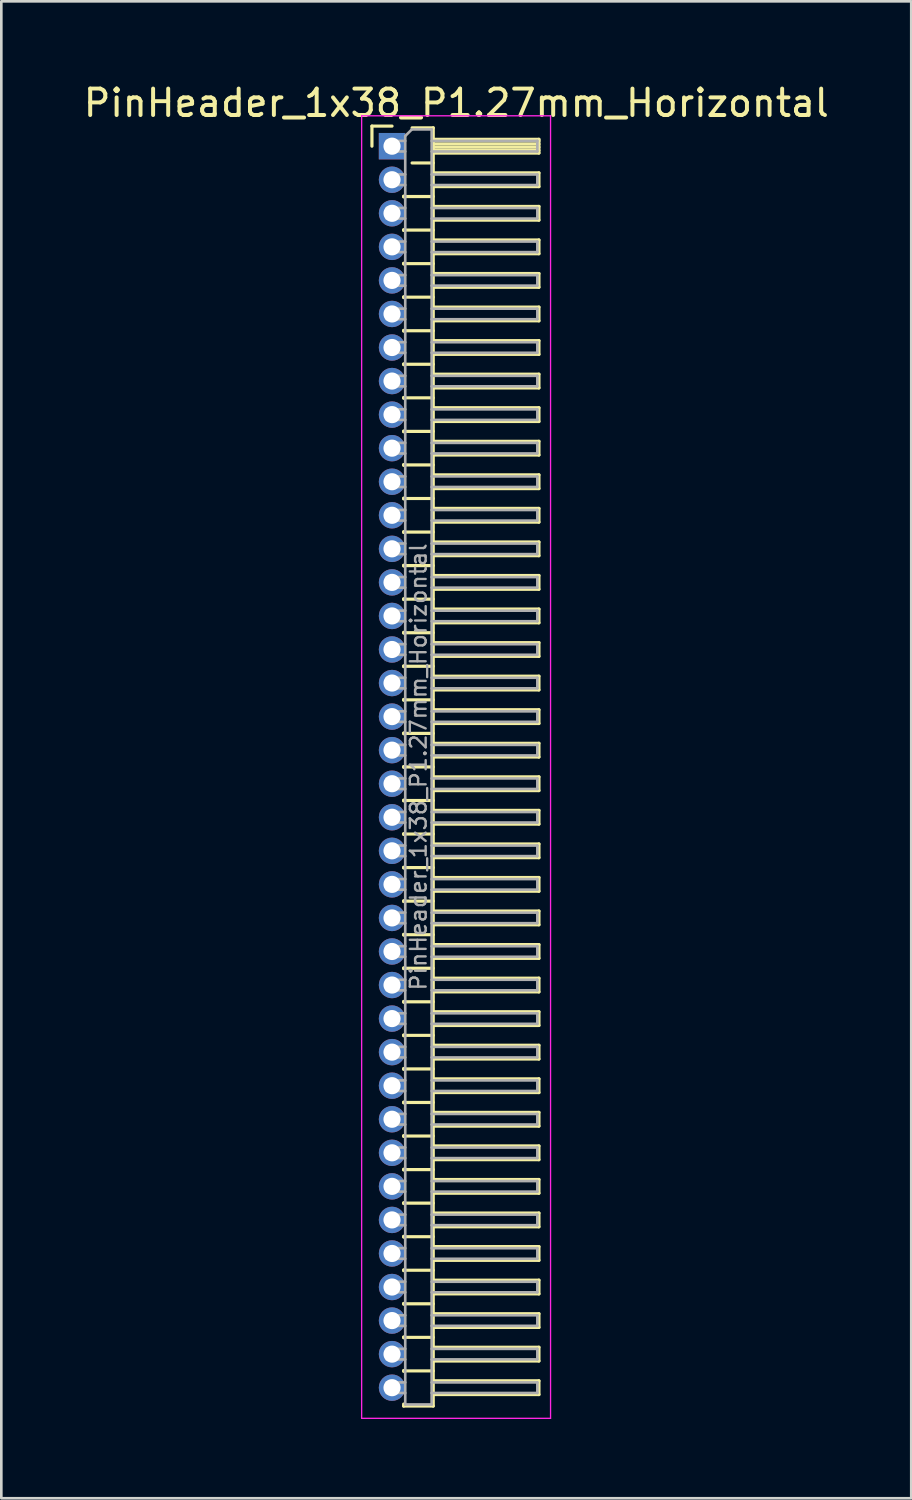
<source format=kicad_pcb>
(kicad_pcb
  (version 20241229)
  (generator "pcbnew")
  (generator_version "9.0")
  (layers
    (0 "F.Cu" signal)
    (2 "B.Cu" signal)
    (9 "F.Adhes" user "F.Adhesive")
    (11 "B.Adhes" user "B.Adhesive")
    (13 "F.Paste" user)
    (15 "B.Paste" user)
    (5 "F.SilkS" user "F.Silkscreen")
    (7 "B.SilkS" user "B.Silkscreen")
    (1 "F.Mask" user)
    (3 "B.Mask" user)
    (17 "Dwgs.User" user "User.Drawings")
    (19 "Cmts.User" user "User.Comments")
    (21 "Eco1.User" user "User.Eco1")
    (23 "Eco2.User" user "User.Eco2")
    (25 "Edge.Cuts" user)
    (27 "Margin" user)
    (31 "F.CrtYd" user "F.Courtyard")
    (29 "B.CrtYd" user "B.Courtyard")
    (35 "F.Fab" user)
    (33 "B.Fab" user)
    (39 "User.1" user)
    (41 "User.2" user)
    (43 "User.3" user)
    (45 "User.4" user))
  (footprint "PinHeader_1x38_P1.27mm_Horizontal"
    (layer "F.Cu")
    (at 11.788 2.483)
    (property "Reference" "PinHeader_1x38_P1.27mm_Horizontal" (at 2.433 -1.635 0) (layer "F.SilkS") (effects (font (size 1 1) (thickness 0.15))))
    (attr through_hole)
    (fp_line (start -0.76 -0.76) (end 0 -0.76) (stroke (width 0.12) (type solid)) (layer "F.SilkS"))
    (fp_line (start -0.76 0) (end -0.76 -0.76) (stroke (width 0.12) (type solid)) (layer "F.SilkS"))
    (fp_line (start 0.44 1.89) (end 0.44 1.92) (stroke (width 0.12) (type solid)) (layer "F.SilkS"))
    (fp_line (start 0.44 1.905) (end 1.56 1.905) (stroke (width 0.12) (type solid)) (layer "F.SilkS"))
    (fp_line (start 0.44 3.16) (end 0.44 3.19) (stroke (width 0.12) (type solid)) (layer "F.SilkS"))
    (fp_line (start 0.44 3.175) (end 1.56 3.175) (stroke (width 0.12) (type solid)) (layer "F.SilkS"))
    (fp_line (start 0.44 4.43) (end 0.44 4.46) (stroke (width 0.12) (type solid)) (layer "F.SilkS"))
    (fp_line (start 0.44 4.445) (end 1.56 4.445) (stroke (width 0.12) (type solid)) (layer "F.SilkS"))
    (fp_line (start 0.44 5.7) (end 0.44 5.73) (stroke (width 0.12) (type solid)) (layer "F.SilkS"))
    (fp_line (start 0.44 5.715) (end 1.56 5.715) (stroke (width 0.12) (type solid)) (layer "F.SilkS"))
    (fp_line (start 0.44 6.97) (end 0.44 7) (stroke (width 0.12) (type solid)) (layer "F.SilkS"))
    (fp_line (start 0.44 6.985) (end 1.56 6.985) (stroke (width 0.12) (type solid)) (layer "F.SilkS"))
    (fp_line (start 0.44 8.24) (end 0.44 8.27) (stroke (width 0.12) (type solid)) (layer "F.SilkS"))
    (fp_line (start 0.44 8.255) (end 1.56 8.255) (stroke (width 0.12) (type solid)) (layer "F.SilkS"))
    (fp_line (start 0.44 9.51) (end 0.44 9.54) (stroke (width 0.12) (type solid)) (layer "F.SilkS"))
    (fp_line (start 0.44 9.525) (end 1.56 9.525) (stroke (width 0.12) (type solid)) (layer "F.SilkS"))
    (fp_line (start 0.44 10.78) (end 0.44 10.81) (stroke (width 0.12) (type solid)) (layer "F.SilkS"))
    (fp_line (start 0.44 10.795) (end 1.56 10.795) (stroke (width 0.12) (type solid)) (layer "F.SilkS"))
    (fp_line (start 0.44 12.05) (end 0.44 12.08) (stroke (width 0.12) (type solid)) (layer "F.SilkS"))
    (fp_line (start 0.44 12.065) (end 1.56 12.065) (stroke (width 0.12) (type solid)) (layer "F.SilkS"))
    (fp_line (start 0.44 13.32) (end 0.44 13.35) (stroke (width 0.12) (type solid)) (layer "F.SilkS"))
    (fp_line (start 0.44 13.335) (end 1.56 13.335) (stroke (width 0.12) (type solid)) (layer "F.SilkS"))
    (fp_line (start 0.44 14.59) (end 0.44 14.62) (stroke (width 0.12) (type solid)) (layer "F.SilkS"))
    (fp_line (start 0.44 14.605) (end 1.56 14.605) (stroke (width 0.12) (type solid)) (layer "F.SilkS"))
    (fp_line (start 0.44 15.86) (end 0.44 15.89) (stroke (width 0.12) (type solid)) (layer "F.SilkS"))
    (fp_line (start 0.44 15.875) (end 1.56 15.875) (stroke (width 0.12) (type solid)) (layer "F.SilkS"))
    (fp_line (start 0.44 17.13) (end 0.44 17.16) (stroke (width 0.12) (type solid)) (layer "F.SilkS"))
    (fp_line (start 0.44 17.145) (end 1.56 17.145) (stroke (width 0.12) (type solid)) (layer "F.SilkS"))
    (fp_line (start 0.44 18.4) (end 0.44 18.43) (stroke (width 0.12) (type solid)) (layer "F.SilkS"))
    (fp_line (start 0.44 18.415) (end 1.56 18.415) (stroke (width 0.12) (type solid)) (layer "F.SilkS"))
    (fp_line (start 0.44 19.67) (end 0.44 19.7) (stroke (width 0.12) (type solid)) (layer "F.SilkS"))
    (fp_line (start 0.44 19.685) (end 1.56 19.685) (stroke (width 0.12) (type solid)) (layer "F.SilkS"))
    (fp_line (start 0.44 20.94) (end 0.44 20.97) (stroke (width 0.12) (type solid)) (layer "F.SilkS"))
    (fp_line (start 0.44 20.955) (end 1.56 20.955) (stroke (width 0.12) (type solid)) (layer "F.SilkS"))
    (fp_line (start 0.44 22.21) (end 0.44 22.24) (stroke (width 0.12) (type solid)) (layer "F.SilkS"))
    (fp_line (start 0.44 22.225) (end 1.56 22.225) (stroke (width 0.12) (type solid)) (layer "F.SilkS"))
    (fp_line (start 0.44 23.48) (end 0.44 23.51) (stroke (width 0.12) (type solid)) (layer "F.SilkS"))
    (fp_line (start 0.44 23.495) (end 1.56 23.495) (stroke (width 0.12) (type solid)) (layer "F.SilkS"))
    (fp_line (start 0.44 24.75) (end 0.44 24.78) (stroke (width 0.12) (type solid)) (layer "F.SilkS"))
    (fp_line (start 0.44 24.765) (end 1.56 24.765) (stroke (width 0.12) (type solid)) (layer "F.SilkS"))
    (fp_line (start 0.44 26.02) (end 0.44 26.05) (stroke (width 0.12) (type solid)) (layer "F.SilkS"))
    (fp_line (start 0.44 26.035) (end 1.56 26.035) (stroke (width 0.12) (type solid)) (layer "F.SilkS"))
    (fp_line (start 0.44 27.29) (end 0.44 27.32) (stroke (width 0.12) (type solid)) (layer "F.SilkS"))
    (fp_line (start 0.44 27.305) (end 1.56 27.305) (stroke (width 0.12) (type solid)) (layer "F.SilkS"))
    (fp_line (start 0.44 28.56) (end 0.44 28.59) (stroke (width 0.12) (type solid)) (layer "F.SilkS"))
    (fp_line (start 0.44 28.575) (end 1.56 28.575) (stroke (width 0.12) (type solid)) (layer "F.SilkS"))
    (fp_line (start 0.44 29.83) (end 0.44 29.86) (stroke (width 0.12) (type solid)) (layer "F.SilkS"))
    (fp_line (start 0.44 29.845) (end 1.56 29.845) (stroke (width 0.12) (type solid)) (layer "F.SilkS"))
    (fp_line (start 0.44 31.1) (end 0.44 31.13) (stroke (width 0.12) (type solid)) (layer "F.SilkS"))
    (fp_line (start 0.44 31.115) (end 1.56 31.115) (stroke (width 0.12) (type solid)) (layer "F.SilkS"))
    (fp_line (start 0.44 32.37) (end 0.44 32.4) (stroke (width 0.12) (type solid)) (layer "F.SilkS"))
    (fp_line (start 0.44 32.385) (end 1.56 32.385) (stroke (width 0.12) (type solid)) (layer "F.SilkS"))
    (fp_line (start 0.44 33.64) (end 0.44 33.67) (stroke (width 0.12) (type solid)) (layer "F.SilkS"))
    (fp_line (start 0.44 33.655) (end 1.56 33.655) (stroke (width 0.12) (type solid)) (layer "F.SilkS"))
    (fp_line (start 0.44 34.91) (end 0.44 34.94) (stroke (width 0.12) (type solid)) (layer "F.SilkS"))
    (fp_line (start 0.44 34.925) (end 1.56 34.925) (stroke (width 0.12) (type solid)) (layer "F.SilkS"))
    (fp_line (start 0.44 36.18) (end 0.44 36.21) (stroke (width 0.12) (type solid)) (layer "F.SilkS"))
    (fp_line (start 0.44 36.195) (end 1.56 36.195) (stroke (width 0.12) (type solid)) (layer "F.SilkS"))
    (fp_line (start 0.44 37.45) (end 0.44 37.48) (stroke (width 0.12) (type solid)) (layer "F.SilkS"))
    (fp_line (start 0.44 37.465) (end 1.56 37.465) (stroke (width 0.12) (type solid)) (layer "F.SilkS"))
    (fp_line (start 0.44 38.72) (end 0.44 38.75) (stroke (width 0.12) (type solid)) (layer "F.SilkS"))
    (fp_line (start 0.44 38.735) (end 1.56 38.735) (stroke (width 0.12) (type solid)) (layer "F.SilkS"))
    (fp_line (start 0.44 39.99) (end 0.44 40.02) (stroke (width 0.12) (type solid)) (layer "F.SilkS"))
    (fp_line (start 0.44 40.005) (end 1.56 40.005) (stroke (width 0.12) (type solid)) (layer "F.SilkS"))
    (fp_line (start 0.44 41.26) (end 0.44 41.29) (stroke (width 0.12) (type solid)) (layer "F.SilkS"))
    (fp_line (start 0.44 41.275) (end 1.56 41.275) (stroke (width 0.12) (type solid)) (layer "F.SilkS"))
    (fp_line (start 0.44 42.53) (end 0.44 42.56) (stroke (width 0.12) (type solid)) (layer "F.SilkS"))
    (fp_line (start 0.44 42.545) (end 1.56 42.545) (stroke (width 0.12) (type solid)) (layer "F.SilkS"))
    (fp_line (start 0.44 43.8) (end 0.44 43.83) (stroke (width 0.12) (type solid)) (layer "F.SilkS"))
    (fp_line (start 0.44 43.815) (end 1.56 43.815) (stroke (width 0.12) (type solid)) (layer "F.SilkS"))
    (fp_line (start 0.44 45.07) (end 0.44 45.1) (stroke (width 0.12) (type solid)) (layer "F.SilkS"))
    (fp_line (start 0.44 45.085) (end 1.56 45.085) (stroke (width 0.12) (type solid)) (layer "F.SilkS"))
    (fp_line (start 0.44 46.34) (end 0.44 46.37) (stroke (width 0.12) (type solid)) (layer "F.SilkS"))
    (fp_line (start 0.44 46.355) (end 1.56 46.355) (stroke (width 0.12) (type solid)) (layer "F.SilkS"))
    (fp_line (start 0.44 47.685) (end 0.44 47.61) (stroke (width 0.12) (type solid)) (layer "F.SilkS"))
    (fp_line (start 0.76 -0.695) (end 1.56 -0.695) (stroke (width 0.12) (type solid)) (layer "F.SilkS"))
    (fp_line (start 0.76 0.635) (end 1.56 0.635) (stroke (width 0.12) (type solid)) (layer "F.SilkS"))
    (fp_line (start 1.56 -0.695) (end 1.56 47.685) (stroke (width 0.12) (type solid)) (layer "F.SilkS"))
    (fp_line (start 1.56 -0.26) (end 5.56 -0.26) (stroke (width 0.12) (type solid)) (layer "F.SilkS"))
    (fp_line (start 1.56 -0.2) (end 5.56 -0.2) (stroke (width 0.12) (type solid)) (layer "F.SilkS"))
    (fp_line (start 1.56 -0.08) (end 5.56 -0.08) (stroke (width 0.12) (type solid)) (layer "F.SilkS"))
    (fp_line (start 1.56 0.04) (end 5.56 0.04) (stroke (width 0.12) (type solid)) (layer "F.SilkS"))
    (fp_line (start 1.56 0.16) (end 5.56 0.16) (stroke (width 0.12) (type solid)) (layer "F.SilkS"))
    (fp_line (start 1.56 1.01) (end 5.56 1.01) (stroke (width 0.12) (type solid)) (layer "F.SilkS"))
    (fp_line (start 1.56 2.28) (end 5.56 2.28) (stroke (width 0.12) (type solid)) (layer "F.SilkS"))
    (fp_line (start 1.56 3.55) (end 5.56 3.55) (stroke (width 0.12) (type solid)) (layer "F.SilkS"))
    (fp_line (start 1.56 4.82) (end 5.56 4.82) (stroke (width 0.12) (type solid)) (layer "F.SilkS"))
    (fp_line (start 1.56 6.09) (end 5.56 6.09) (stroke (width 0.12) (type solid)) (layer "F.SilkS"))
    (fp_line (start 1.56 7.36) (end 5.56 7.36) (stroke (width 0.12) (type solid)) (layer "F.SilkS"))
    (fp_line (start 1.56 8.63) (end 5.56 8.63) (stroke (width 0.12) (type solid)) (layer "F.SilkS"))
    (fp_line (start 1.56 9.9) (end 5.56 9.9) (stroke (width 0.12) (type solid)) (layer "F.SilkS"))
    (fp_line (start 1.56 11.17) (end 5.56 11.17) (stroke (width 0.12) (type solid)) (layer "F.SilkS"))
    (fp_line (start 1.56 12.44) (end 5.56 12.44) (stroke (width 0.12) (type solid)) (layer "F.SilkS"))
    (fp_line (start 1.56 13.71) (end 5.56 13.71) (stroke (width 0.12) (type solid)) (layer "F.SilkS"))
    (fp_line (start 1.56 14.98) (end 5.56 14.98) (stroke (width 0.12) (type solid)) (layer "F.SilkS"))
    (fp_line (start 1.56 16.25) (end 5.56 16.25) (stroke (width 0.12) (type solid)) (layer "F.SilkS"))
    (fp_line (start 1.56 17.52) (end 5.56 17.52) (stroke (width 0.12) (type solid)) (layer "F.SilkS"))
    (fp_line (start 1.56 18.79) (end 5.56 18.79) (stroke (width 0.12) (type solid)) (layer "F.SilkS"))
    (fp_line (start 1.56 20.06) (end 5.56 20.06) (stroke (width 0.12) (type solid)) (layer "F.SilkS"))
    (fp_line (start 1.56 21.33) (end 5.56 21.33) (stroke (width 0.12) (type solid)) (layer "F.SilkS"))
    (fp_line (start 1.56 22.6) (end 5.56 22.6) (stroke (width 0.12) (type solid)) (layer "F.SilkS"))
    (fp_line (start 1.56 23.87) (end 5.56 23.87) (stroke (width 0.12) (type solid)) (layer "F.SilkS"))
    (fp_line (start 1.56 25.14) (end 5.56 25.14) (stroke (width 0.12) (type solid)) (layer "F.SilkS"))
    (fp_line (start 1.56 26.41) (end 5.56 26.41) (stroke (width 0.12) (type solid)) (layer "F.SilkS"))
    (fp_line (start 1.56 27.68) (end 5.56 27.68) (stroke (width 0.12) (type solid)) (layer "F.SilkS"))
    (fp_line (start 1.56 28.95) (end 5.56 28.95) (stroke (width 0.12) (type solid)) (layer "F.SilkS"))
    (fp_line (start 1.56 30.22) (end 5.56 30.22) (stroke (width 0.12) (type solid)) (layer "F.SilkS"))
    (fp_line (start 1.56 31.49) (end 5.56 31.49) (stroke (width 0.12) (type solid)) (layer "F.SilkS"))
    (fp_line (start 1.56 32.76) (end 5.56 32.76) (stroke (width 0.12) (type solid)) (layer "F.SilkS"))
    (fp_line (start 1.56 34.03) (end 5.56 34.03) (stroke (width 0.12) (type solid)) (layer "F.SilkS"))
    (fp_line (start 1.56 35.3) (end 5.56 35.3) (stroke (width 0.12) (type solid)) (layer "F.SilkS"))
    (fp_line (start 1.56 36.57) (end 5.56 36.57) (stroke (width 0.12) (type solid)) (layer "F.SilkS"))
    (fp_line (start 1.56 37.84) (end 5.56 37.84) (stroke (width 0.12) (type solid)) (layer "F.SilkS"))
    (fp_line (start 1.56 39.11) (end 5.56 39.11) (stroke (width 0.12) (type solid)) (layer "F.SilkS"))
    (fp_line (start 1.56 40.38) (end 5.56 40.38) (stroke (width 0.12) (type solid)) (layer "F.SilkS"))
    (fp_line (start 1.56 41.65) (end 5.56 41.65) (stroke (width 0.12) (type solid)) (layer "F.SilkS"))
    (fp_line (start 1.56 42.92) (end 5.56 42.92) (stroke (width 0.12) (type solid)) (layer "F.SilkS"))
    (fp_line (start 1.56 44.19) (end 5.56 44.19) (stroke (width 0.12) (type solid)) (layer "F.SilkS"))
    (fp_line (start 1.56 45.46) (end 5.56 45.46) (stroke (width 0.12) (type solid)) (layer "F.SilkS"))
    (fp_line (start 1.56 46.73) (end 5.56 46.73) (stroke (width 0.12) (type solid)) (layer "F.SilkS"))
    (fp_line (start 1.56 47.685) (end 0.44 47.685) (stroke (width 0.12) (type solid)) (layer "F.SilkS"))
    (fp_line (start 5.56 -0.26) (end 5.56 0.26) (stroke (width 0.12) (type solid)) (layer "F.SilkS"))
    (fp_line (start 5.56 0.26) (end 1.56 0.26) (stroke (width 0.12) (type solid)) (layer "F.SilkS"))
    (fp_line (start 5.56 1.01) (end 5.56 1.53) (stroke (width 0.12) (type solid)) (layer "F.SilkS"))
    (fp_line (start 5.56 1.53) (end 1.56 1.53) (stroke (width 0.12) (type solid)) (layer "F.SilkS"))
    (fp_line (start 5.56 2.28) (end 5.56 2.8) (stroke (width 0.12) (type solid)) (layer "F.SilkS"))
    (fp_line (start 5.56 2.8) (end 1.56 2.8) (stroke (width 0.12) (type solid)) (layer "F.SilkS"))
    (fp_line (start 5.56 3.55) (end 5.56 4.07) (stroke (width 0.12) (type solid)) (layer "F.SilkS"))
    (fp_line (start 5.56 4.07) (end 1.56 4.07) (stroke (width 0.12) (type solid)) (layer "F.SilkS"))
    (fp_line (start 5.56 4.82) (end 5.56 5.34) (stroke (width 0.12) (type solid)) (layer "F.SilkS"))
    (fp_line (start 5.56 5.34) (end 1.56 5.34) (stroke (width 0.12) (type solid)) (layer "F.SilkS"))
    (fp_line (start 5.56 6.09) (end 5.56 6.61) (stroke (width 0.12) (type solid)) (layer "F.SilkS"))
    (fp_line (start 5.56 6.61) (end 1.56 6.61) (stroke (width 0.12) (type solid)) (layer "F.SilkS"))
    (fp_line (start 5.56 7.36) (end 5.56 7.88) (stroke (width 0.12) (type solid)) (layer "F.SilkS"))
    (fp_line (start 5.56 7.88) (end 1.56 7.88) (stroke (width 0.12) (type solid)) (layer "F.SilkS"))
    (fp_line (start 5.56 8.63) (end 5.56 9.15) (stroke (width 0.12) (type solid)) (layer "F.SilkS"))
    (fp_line (start 5.56 9.15) (end 1.56 9.15) (stroke (width 0.12) (type solid)) (layer "F.SilkS"))
    (fp_line (start 5.56 9.9) (end 5.56 10.42) (stroke (width 0.12) (type solid)) (layer "F.SilkS"))
    (fp_line (start 5.56 10.42) (end 1.56 10.42) (stroke (width 0.12) (type solid)) (layer "F.SilkS"))
    (fp_line (start 5.56 11.17) (end 5.56 11.69) (stroke (width 0.12) (type solid)) (layer "F.SilkS"))
    (fp_line (start 5.56 11.69) (end 1.56 11.69) (stroke (width 0.12) (type solid)) (layer "F.SilkS"))
    (fp_line (start 5.56 12.44) (end 5.56 12.96) (stroke (width 0.12) (type solid)) (layer "F.SilkS"))
    (fp_line (start 5.56 12.96) (end 1.56 12.96) (stroke (width 0.12) (type solid)) (layer "F.SilkS"))
    (fp_line (start 5.56 13.71) (end 5.56 14.23) (stroke (width 0.12) (type solid)) (layer "F.SilkS"))
    (fp_line (start 5.56 14.23) (end 1.56 14.23) (stroke (width 0.12) (type solid)) (layer "F.SilkS"))
    (fp_line (start 5.56 14.98) (end 5.56 15.5) (stroke (width 0.12) (type solid)) (layer "F.SilkS"))
    (fp_line (start 5.56 15.5) (end 1.56 15.5) (stroke (width 0.12) (type solid)) (layer "F.SilkS"))
    (fp_line (start 5.56 16.25) (end 5.56 16.77) (stroke (width 0.12) (type solid)) (layer "F.SilkS"))
    (fp_line (start 5.56 16.77) (end 1.56 16.77) (stroke (width 0.12) (type solid)) (layer "F.SilkS"))
    (fp_line (start 5.56 17.52) (end 5.56 18.04) (stroke (width 0.12) (type solid)) (layer "F.SilkS"))
    (fp_line (start 5.56 18.04) (end 1.56 18.04) (stroke (width 0.12) (type solid)) (layer "F.SilkS"))
    (fp_line (start 5.56 18.79) (end 5.56 19.31) (stroke (width 0.12) (type solid)) (layer "F.SilkS"))
    (fp_line (start 5.56 19.31) (end 1.56 19.31) (stroke (width 0.12) (type solid)) (layer "F.SilkS"))
    (fp_line (start 5.56 20.06) (end 5.56 20.58) (stroke (width 0.12) (type solid)) (layer "F.SilkS"))
    (fp_line (start 5.56 20.58) (end 1.56 20.58) (stroke (width 0.12) (type solid)) (layer "F.SilkS"))
    (fp_line (start 5.56 21.33) (end 5.56 21.85) (stroke (width 0.12) (type solid)) (layer "F.SilkS"))
    (fp_line (start 5.56 21.85) (end 1.56 21.85) (stroke (width 0.12) (type solid)) (layer "F.SilkS"))
    (fp_line (start 5.56 22.6) (end 5.56 23.12) (stroke (width 0.12) (type solid)) (layer "F.SilkS"))
    (fp_line (start 5.56 23.12) (end 1.56 23.12) (stroke (width 0.12) (type solid)) (layer "F.SilkS"))
    (fp_line (start 5.56 23.87) (end 5.56 24.39) (stroke (width 0.12) (type solid)) (layer "F.SilkS"))
    (fp_line (start 5.56 24.39) (end 1.56 24.39) (stroke (width 0.12) (type solid)) (layer "F.SilkS"))
    (fp_line (start 5.56 25.14) (end 5.56 25.66) (stroke (width 0.12) (type solid)) (layer "F.SilkS"))
    (fp_line (start 5.56 25.66) (end 1.56 25.66) (stroke (width 0.12) (type solid)) (layer "F.SilkS"))
    (fp_line (start 5.56 26.41) (end 5.56 26.93) (stroke (width 0.12) (type solid)) (layer "F.SilkS"))
    (fp_line (start 5.56 26.93) (end 1.56 26.93) (stroke (width 0.12) (type solid)) (layer "F.SilkS"))
    (fp_line (start 5.56 27.68) (end 5.56 28.2) (stroke (width 0.12) (type solid)) (layer "F.SilkS"))
    (fp_line (start 5.56 28.2) (end 1.56 28.2) (stroke (width 0.12) (type solid)) (layer "F.SilkS"))
    (fp_line (start 5.56 28.95) (end 5.56 29.47) (stroke (width 0.12) (type solid)) (layer "F.SilkS"))
    (fp_line (start 5.56 29.47) (end 1.56 29.47) (stroke (width 0.12) (type solid)) (layer "F.SilkS"))
    (fp_line (start 5.56 30.22) (end 5.56 30.74) (stroke (width 0.12) (type solid)) (layer "F.SilkS"))
    (fp_line (start 5.56 30.74) (end 1.56 30.74) (stroke (width 0.12) (type solid)) (layer "F.SilkS"))
    (fp_line (start 5.56 31.49) (end 5.56 32.01) (stroke (width 0.12) (type solid)) (layer "F.SilkS"))
    (fp_line (start 5.56 32.01) (end 1.56 32.01) (stroke (width 0.12) (type solid)) (layer "F.SilkS"))
    (fp_line (start 5.56 32.76) (end 5.56 33.28) (stroke (width 0.12) (type solid)) (layer "F.SilkS"))
    (fp_line (start 5.56 33.28) (end 1.56 33.28) (stroke (width 0.12) (type solid)) (layer "F.SilkS"))
    (fp_line (start 5.56 34.03) (end 5.56 34.55) (stroke (width 0.12) (type solid)) (layer "F.SilkS"))
    (fp_line (start 5.56 34.55) (end 1.56 34.55) (stroke (width 0.12) (type solid)) (layer "F.SilkS"))
    (fp_line (start 5.56 35.3) (end 5.56 35.82) (stroke (width 0.12) (type solid)) (layer "F.SilkS"))
    (fp_line (start 5.56 35.82) (end 1.56 35.82) (stroke (width 0.12) (type solid)) (layer "F.SilkS"))
    (fp_line (start 5.56 36.57) (end 5.56 37.09) (stroke (width 0.12) (type solid)) (layer "F.SilkS"))
    (fp_line (start 5.56 37.09) (end 1.56 37.09) (stroke (width 0.12) (type solid)) (layer "F.SilkS"))
    (fp_line (start 5.56 37.84) (end 5.56 38.36) (stroke (width 0.12) (type solid)) (layer "F.SilkS"))
    (fp_line (start 5.56 38.36) (end 1.56 38.36) (stroke (width 0.12) (type solid)) (layer "F.SilkS"))
    (fp_line (start 5.56 39.11) (end 5.56 39.63) (stroke (width 0.12) (type solid)) (layer "F.SilkS"))
    (fp_line (start 5.56 39.63) (end 1.56 39.63) (stroke (width 0.12) (type solid)) (layer "F.SilkS"))
    (fp_line (start 5.56 40.38) (end 5.56 40.9) (stroke (width 0.12) (type solid)) (layer "F.SilkS"))
    (fp_line (start 5.56 40.9) (end 1.56 40.9) (stroke (width 0.12) (type solid)) (layer "F.SilkS"))
    (fp_line (start 5.56 41.65) (end 5.56 42.17) (stroke (width 0.12) (type solid)) (layer "F.SilkS"))
    (fp_line (start 5.56 42.17) (end 1.56 42.17) (stroke (width 0.12) (type solid)) (layer "F.SilkS"))
    (fp_line (start 5.56 42.92) (end 5.56 43.44) (stroke (width 0.12) (type solid)) (layer "F.SilkS"))
    (fp_line (start 5.56 43.44) (end 1.56 43.44) (stroke (width 0.12) (type solid)) (layer "F.SilkS"))
    (fp_line (start 5.56 44.19) (end 5.56 44.71) (stroke (width 0.12) (type solid)) (layer "F.SilkS"))
    (fp_line (start 5.56 44.71) (end 1.56 44.71) (stroke (width 0.12) (type solid)) (layer "F.SilkS"))
    (fp_line (start 5.56 45.46) (end 5.56 45.98) (stroke (width 0.12) (type solid)) (layer "F.SilkS"))
    (fp_line (start 5.56 45.98) (end 1.56 45.98) (stroke (width 0.12) (type solid)) (layer "F.SilkS"))
    (fp_line (start 5.56 46.73) (end 5.56 47.25) (stroke (width 0.12) (type solid)) (layer "F.SilkS"))
    (fp_line (start 5.56 47.25) (end 1.56 47.25) (stroke (width 0.12) (type solid)) (layer "F.SilkS"))
    (fp_line (start -1.15 -1.15) (end -1.15 48.15) (stroke (width 0.05) (type solid)) (layer "F.CrtYd"))
    (fp_line (start -1.15 48.15) (end 6 48.15) (stroke (width 0.05) (type solid)) (layer "F.CrtYd"))
    (fp_line (start 6 -1.15) (end -1.15 -1.15) (stroke (width 0.05) (type solid)) (layer "F.CrtYd"))
    (fp_line (start 6 48.15) (end 6 -1.15) (stroke (width 0.05) (type solid)) (layer "F.CrtYd"))
    (fp_line (start -0.2 -0.2) (end -0.2 0.2) (stroke (width 0.1) (type solid)) (layer "F.Fab"))
    (fp_line (start -0.2 -0.2) (end 0.5 -0.2) (stroke (width 0.1) (type solid)) (layer "F.Fab"))
    (fp_line (start -0.2 0.2) (end 0.5 0.2) (stroke (width 0.1) (type solid)) (layer "F.Fab"))
    (fp_line (start -0.2 1.07) (end -0.2 1.47) (stroke (width 0.1) (type solid)) (layer "F.Fab"))
    (fp_line (start -0.2 1.07) (end 0.5 1.07) (stroke (width 0.1) (type solid)) (layer "F.Fab"))
    (fp_line (start -0.2 1.47) (end 0.5 1.47) (stroke (width 0.1) (type solid)) (layer "F.Fab"))
    (fp_line (start -0.2 2.34) (end -0.2 2.74) (stroke (width 0.1) (type solid)) (layer "F.Fab"))
    (fp_line (start -0.2 2.34) (end 0.5 2.34) (stroke (width 0.1) (type solid)) (layer "F.Fab"))
    (fp_line (start -0.2 2.74) (end 0.5 2.74) (stroke (width 0.1) (type solid)) (layer "F.Fab"))
    (fp_line (start -0.2 3.61) (end -0.2 4.01) (stroke (width 0.1) (type solid)) (layer "F.Fab"))
    (fp_line (start -0.2 3.61) (end 0.5 3.61) (stroke (width 0.1) (type solid)) (layer "F.Fab"))
    (fp_line (start -0.2 4.01) (end 0.5 4.01) (stroke (width 0.1) (type solid)) (layer "F.Fab"))
    (fp_line (start -0.2 4.88) (end -0.2 5.28) (stroke (width 0.1) (type solid)) (layer "F.Fab"))
    (fp_line (start -0.2 4.88) (end 0.5 4.88) (stroke (width 0.1) (type solid)) (layer "F.Fab"))
    (fp_line (start -0.2 5.28) (end 0.5 5.28) (stroke (width 0.1) (type solid)) (layer "F.Fab"))
    (fp_line (start -0.2 6.15) (end -0.2 6.55) (stroke (width 0.1) (type solid)) (layer "F.Fab"))
    (fp_line (start -0.2 6.15) (end 0.5 6.15) (stroke (width 0.1) (type solid)) (layer "F.Fab"))
    (fp_line (start -0.2 6.55) (end 0.5 6.55) (stroke (width 0.1) (type solid)) (layer "F.Fab"))
    (fp_line (start -0.2 7.42) (end -0.2 7.82) (stroke (width 0.1) (type solid)) (layer "F.Fab"))
    (fp_line (start -0.2 7.42) (end 0.5 7.42) (stroke (width 0.1) (type solid)) (layer "F.Fab"))
    (fp_line (start -0.2 7.82) (end 0.5 7.82) (stroke (width 0.1) (type solid)) (layer "F.Fab"))
    (fp_line (start -0.2 8.69) (end -0.2 9.09) (stroke (width 0.1) (type solid)) (layer "F.Fab"))
    (fp_line (start -0.2 8.69) (end 0.5 8.69) (stroke (width 0.1) (type solid)) (layer "F.Fab"))
    (fp_line (start -0.2 9.09) (end 0.5 9.09) (stroke (width 0.1) (type solid)) (layer "F.Fab"))
    (fp_line (start -0.2 9.96) (end -0.2 10.36) (stroke (width 0.1) (type solid)) (layer "F.Fab"))
    (fp_line (start -0.2 9.96) (end 0.5 9.96) (stroke (width 0.1) (type solid)) (layer "F.Fab"))
    (fp_line (start -0.2 10.36) (end 0.5 10.36) (stroke (width 0.1) (type solid)) (layer "F.Fab"))
    (fp_line (start -0.2 11.23) (end -0.2 11.63) (stroke (width 0.1) (type solid)) (layer "F.Fab"))
    (fp_line (start -0.2 11.23) (end 0.5 11.23) (stroke (width 0.1) (type solid)) (layer "F.Fab"))
    (fp_line (start -0.2 11.63) (end 0.5 11.63) (stroke (width 0.1) (type solid)) (layer "F.Fab"))
    (fp_line (start -0.2 12.5) (end -0.2 12.9) (stroke (width 0.1) (type solid)) (layer "F.Fab"))
    (fp_line (start -0.2 12.5) (end 0.5 12.5) (stroke (width 0.1) (type solid)) (layer "F.Fab"))
    (fp_line (start -0.2 12.9) (end 0.5 12.9) (stroke (width 0.1) (type solid)) (layer "F.Fab"))
    (fp_line (start -0.2 13.77) (end -0.2 14.17) (stroke (width 0.1) (type solid)) (layer "F.Fab"))
    (fp_line (start -0.2 13.77) (end 0.5 13.77) (stroke (width 0.1) (type solid)) (layer "F.Fab"))
    (fp_line (start -0.2 14.17) (end 0.5 14.17) (stroke (width 0.1) (type solid)) (layer "F.Fab"))
    (fp_line (start -0.2 15.04) (end -0.2 15.44) (stroke (width 0.1) (type solid)) (layer "F.Fab"))
    (fp_line (start -0.2 15.04) (end 0.5 15.04) (stroke (width 0.1) (type solid)) (layer "F.Fab"))
    (fp_line (start -0.2 15.44) (end 0.5 15.44) (stroke (width 0.1) (type solid)) (layer "F.Fab"))
    (fp_line (start -0.2 16.31) (end -0.2 16.71) (stroke (width 0.1) (type solid)) (layer "F.Fab"))
    (fp_line (start -0.2 16.31) (end 0.5 16.31) (stroke (width 0.1) (type solid)) (layer "F.Fab"))
    (fp_line (start -0.2 16.71) (end 0.5 16.71) (stroke (width 0.1) (type solid)) (layer "F.Fab"))
    (fp_line (start -0.2 17.58) (end -0.2 17.98) (stroke (width 0.1) (type solid)) (layer "F.Fab"))
    (fp_line (start -0.2 17.58) (end 0.5 17.58) (stroke (width 0.1) (type solid)) (layer "F.Fab"))
    (fp_line (start -0.2 17.98) (end 0.5 17.98) (stroke (width 0.1) (type solid)) (layer "F.Fab"))
    (fp_line (start -0.2 18.85) (end -0.2 19.25) (stroke (width 0.1) (type solid)) (layer "F.Fab"))
    (fp_line (start -0.2 18.85) (end 0.5 18.85) (stroke (width 0.1) (type solid)) (layer "F.Fab"))
    (fp_line (start -0.2 19.25) (end 0.5 19.25) (stroke (width 0.1) (type solid)) (layer "F.Fab"))
    (fp_line (start -0.2 20.12) (end -0.2 20.52) (stroke (width 0.1) (type solid)) (layer "F.Fab"))
    (fp_line (start -0.2 20.12) (end 0.5 20.12) (stroke (width 0.1) (type solid)) (layer "F.Fab"))
    (fp_line (start -0.2 20.52) (end 0.5 20.52) (stroke (width 0.1) (type solid)) (layer "F.Fab"))
    (fp_line (start -0.2 21.39) (end -0.2 21.79) (stroke (width 0.1) (type solid)) (layer "F.Fab"))
    (fp_line (start -0.2 21.39) (end 0.5 21.39) (stroke (width 0.1) (type solid)) (layer "F.Fab"))
    (fp_line (start -0.2 21.79) (end 0.5 21.79) (stroke (width 0.1) (type solid)) (layer "F.Fab"))
    (fp_line (start -0.2 22.66) (end -0.2 23.06) (stroke (width 0.1) (type solid)) (layer "F.Fab"))
    (fp_line (start -0.2 22.66) (end 0.5 22.66) (stroke (width 0.1) (type solid)) (layer "F.Fab"))
    (fp_line (start -0.2 23.06) (end 0.5 23.06) (stroke (width 0.1) (type solid)) (layer "F.Fab"))
    (fp_line (start -0.2 23.93) (end -0.2 24.33) (stroke (width 0.1) (type solid)) (layer "F.Fab"))
    (fp_line (start -0.2 23.93) (end 0.5 23.93) (stroke (width 0.1) (type solid)) (layer "F.Fab"))
    (fp_line (start -0.2 24.33) (end 0.5 24.33) (stroke (width 0.1) (type solid)) (layer "F.Fab"))
    (fp_line (start -0.2 25.2) (end -0.2 25.6) (stroke (width 0.1) (type solid)) (layer "F.Fab"))
    (fp_line (start -0.2 25.2) (end 0.5 25.2) (stroke (width 0.1) (type solid)) (layer "F.Fab"))
    (fp_line (start -0.2 25.6) (end 0.5 25.6) (stroke (width 0.1) (type solid)) (layer "F.Fab"))
    (fp_line (start -0.2 26.47) (end -0.2 26.87) (stroke (width 0.1) (type solid)) (layer "F.Fab"))
    (fp_line (start -0.2 26.47) (end 0.5 26.47) (stroke (width 0.1) (type solid)) (layer "F.Fab"))
    (fp_line (start -0.2 26.87) (end 0.5 26.87) (stroke (width 0.1) (type solid)) (layer "F.Fab"))
    (fp_line (start -0.2 27.74) (end -0.2 28.14) (stroke (width 0.1) (type solid)) (layer "F.Fab"))
    (fp_line (start -0.2 27.74) (end 0.5 27.74) (stroke (width 0.1) (type solid)) (layer "F.Fab"))
    (fp_line (start -0.2 28.14) (end 0.5 28.14) (stroke (width 0.1) (type solid)) (layer "F.Fab"))
    (fp_line (start -0.2 29.01) (end -0.2 29.41) (stroke (width 0.1) (type solid)) (layer "F.Fab"))
    (fp_line (start -0.2 29.01) (end 0.5 29.01) (stroke (width 0.1) (type solid)) (layer "F.Fab"))
    (fp_line (start -0.2 29.41) (end 0.5 29.41) (stroke (width 0.1) (type solid)) (layer "F.Fab"))
    (fp_line (start -0.2 30.28) (end -0.2 30.68) (stroke (width 0.1) (type solid)) (layer "F.Fab"))
    (fp_line (start -0.2 30.28) (end 0.5 30.28) (stroke (width 0.1) (type solid)) (layer "F.Fab"))
    (fp_line (start -0.2 30.68) (end 0.5 30.68) (stroke (width 0.1) (type solid)) (layer "F.Fab"))
    (fp_line (start -0.2 31.55) (end -0.2 31.95) (stroke (width 0.1) (type solid)) (layer "F.Fab"))
    (fp_line (start -0.2 31.55) (end 0.5 31.55) (stroke (width 0.1) (type solid)) (layer "F.Fab"))
    (fp_line (start -0.2 31.95) (end 0.5 31.95) (stroke (width 0.1) (type solid)) (layer "F.Fab"))
    (fp_line (start -0.2 32.82) (end -0.2 33.22) (stroke (width 0.1) (type solid)) (layer "F.Fab"))
    (fp_line (start -0.2 32.82) (end 0.5 32.82) (stroke (width 0.1) (type solid)) (layer "F.Fab"))
    (fp_line (start -0.2 33.22) (end 0.5 33.22) (stroke (width 0.1) (type solid)) (layer "F.Fab"))
    (fp_line (start -0.2 34.09) (end -0.2 34.49) (stroke (width 0.1) (type solid)) (layer "F.Fab"))
    (fp_line (start -0.2 34.09) (end 0.5 34.09) (stroke (width 0.1) (type solid)) (layer "F.Fab"))
    (fp_line (start -0.2 34.49) (end 0.5 34.49) (stroke (width 0.1) (type solid)) (layer "F.Fab"))
    (fp_line (start -0.2 35.36) (end -0.2 35.76) (stroke (width 0.1) (type solid)) (layer "F.Fab"))
    (fp_line (start -0.2 35.36) (end 0.5 35.36) (stroke (width 0.1) (type solid)) (layer "F.Fab"))
    (fp_line (start -0.2 35.76) (end 0.5 35.76) (stroke (width 0.1) (type solid)) (layer "F.Fab"))
    (fp_line (start -0.2 36.63) (end -0.2 37.03) (stroke (width 0.1) (type solid)) (layer "F.Fab"))
    (fp_line (start -0.2 36.63) (end 0.5 36.63) (stroke (width 0.1) (type solid)) (layer "F.Fab"))
    (fp_line (start -0.2 37.03) (end 0.5 37.03) (stroke (width 0.1) (type solid)) (layer "F.Fab"))
    (fp_line (start -0.2 37.9) (end -0.2 38.3) (stroke (width 0.1) (type solid)) (layer "F.Fab"))
    (fp_line (start -0.2 37.9) (end 0.5 37.9) (stroke (width 0.1) (type solid)) (layer "F.Fab"))
    (fp_line (start -0.2 38.3) (end 0.5 38.3) (stroke (width 0.1) (type solid)) (layer "F.Fab"))
    (fp_line (start -0.2 39.17) (end -0.2 39.57) (stroke (width 0.1) (type solid)) (layer "F.Fab"))
    (fp_line (start -0.2 39.17) (end 0.5 39.17) (stroke (width 0.1) (type solid)) (layer "F.Fab"))
    (fp_line (start -0.2 39.57) (end 0.5 39.57) (stroke (width 0.1) (type solid)) (layer "F.Fab"))
    (fp_line (start -0.2 40.44) (end -0.2 40.84) (stroke (width 0.1) (type solid)) (layer "F.Fab"))
    (fp_line (start -0.2 40.44) (end 0.5 40.44) (stroke (width 0.1) (type solid)) (layer "F.Fab"))
    (fp_line (start -0.2 40.84) (end 0.5 40.84) (stroke (width 0.1) (type solid)) (layer "F.Fab"))
    (fp_line (start -0.2 41.71) (end -0.2 42.11) (stroke (width 0.1) (type solid)) (layer "F.Fab"))
    (fp_line (start -0.2 41.71) (end 0.5 41.71) (stroke (width 0.1) (type solid)) (layer "F.Fab"))
    (fp_line (start -0.2 42.11) (end 0.5 42.11) (stroke (width 0.1) (type solid)) (layer "F.Fab"))
    (fp_line (start -0.2 42.98) (end -0.2 43.38) (stroke (width 0.1) (type solid)) (layer "F.Fab"))
    (fp_line (start -0.2 42.98) (end 0.5 42.98) (stroke (width 0.1) (type solid)) (layer "F.Fab"))
    (fp_line (start -0.2 43.38) (end 0.5 43.38) (stroke (width 0.1) (type solid)) (layer "F.Fab"))
    (fp_line (start -0.2 44.25) (end -0.2 44.65) (stroke (width 0.1) (type solid)) (layer "F.Fab"))
    (fp_line (start -0.2 44.25) (end 0.5 44.25) (stroke (width 0.1) (type solid)) (layer "F.Fab"))
    (fp_line (start -0.2 44.65) (end 0.5 44.65) (stroke (width 0.1) (type solid)) (layer "F.Fab"))
    (fp_line (start -0.2 45.52) (end -0.2 45.92) (stroke (width 0.1) (type solid)) (layer "F.Fab"))
    (fp_line (start -0.2 45.52) (end 0.5 45.52) (stroke (width 0.1) (type solid)) (layer "F.Fab"))
    (fp_line (start -0.2 45.92) (end 0.5 45.92) (stroke (width 0.1) (type solid)) (layer "F.Fab"))
    (fp_line (start -0.2 46.79) (end -0.2 47.19) (stroke (width 0.1) (type solid)) (layer "F.Fab"))
    (fp_line (start -0.2 46.79) (end 0.5 46.79) (stroke (width 0.1) (type solid)) (layer "F.Fab"))
    (fp_line (start -0.2 47.19) (end 0.5 47.19) (stroke (width 0.1) (type solid)) (layer "F.Fab"))
    (fp_line (start 0.5 -0.385) (end 0.75 -0.635) (stroke (width 0.1) (type solid)) (layer "F.Fab"))
    (fp_line (start 0.5 47.625) (end 0.5 -0.385) (stroke (width 0.1) (type solid)) (layer "F.Fab"))
    (fp_line (start 0.75 -0.635) (end 1.5 -0.635) (stroke (width 0.1) (type solid)) (layer "F.Fab"))
    (fp_line (start 1.5 -0.635) (end 1.5 47.625) (stroke (width 0.1) (type solid)) (layer "F.Fab"))
    (fp_line (start 1.5 -0.2) (end 5.5 -0.2) (stroke (width 0.1) (type solid)) (layer "F.Fab"))
    (fp_line (start 1.5 0.2) (end 5.5 0.2) (stroke (width 0.1) (type solid)) (layer "F.Fab"))
    (fp_line (start 1.5 1.07) (end 5.5 1.07) (stroke (width 0.1) (type solid)) (layer "F.Fab"))
    (fp_line (start 1.5 1.47) (end 5.5 1.47) (stroke (width 0.1) (type solid)) (layer "F.Fab"))
    (fp_line (start 1.5 2.34) (end 5.5 2.34) (stroke (width 0.1) (type solid)) (layer "F.Fab"))
    (fp_line (start 1.5 2.74) (end 5.5 2.74) (stroke (width 0.1) (type solid)) (layer "F.Fab"))
    (fp_line (start 1.5 3.61) (end 5.5 3.61) (stroke (width 0.1) (type solid)) (layer "F.Fab"))
    (fp_line (start 1.5 4.01) (end 5.5 4.01) (stroke (width 0.1) (type solid)) (layer "F.Fab"))
    (fp_line (start 1.5 4.88) (end 5.5 4.88) (stroke (width 0.1) (type solid)) (layer "F.Fab"))
    (fp_line (start 1.5 5.28) (end 5.5 5.28) (stroke (width 0.1) (type solid)) (layer "F.Fab"))
    (fp_line (start 1.5 6.15) (end 5.5 6.15) (stroke (width 0.1) (type solid)) (layer "F.Fab"))
    (fp_line (start 1.5 6.55) (end 5.5 6.55) (stroke (width 0.1) (type solid)) (layer "F.Fab"))
    (fp_line (start 1.5 7.42) (end 5.5 7.42) (stroke (width 0.1) (type solid)) (layer "F.Fab"))
    (fp_line (start 1.5 7.82) (end 5.5 7.82) (stroke (width 0.1) (type solid)) (layer "F.Fab"))
    (fp_line (start 1.5 8.69) (end 5.5 8.69) (stroke (width 0.1) (type solid)) (layer "F.Fab"))
    (fp_line (start 1.5 9.09) (end 5.5 9.09) (stroke (width 0.1) (type solid)) (layer "F.Fab"))
    (fp_line (start 1.5 9.96) (end 5.5 9.96) (stroke (width 0.1) (type solid)) (layer "F.Fab"))
    (fp_line (start 1.5 10.36) (end 5.5 10.36) (stroke (width 0.1) (type solid)) (layer "F.Fab"))
    (fp_line (start 1.5 11.23) (end 5.5 11.23) (stroke (width 0.1) (type solid)) (layer "F.Fab"))
    (fp_line (start 1.5 11.63) (end 5.5 11.63) (stroke (width 0.1) (type solid)) (layer "F.Fab"))
    (fp_line (start 1.5 12.5) (end 5.5 12.5) (stroke (width 0.1) (type solid)) (layer "F.Fab"))
    (fp_line (start 1.5 12.9) (end 5.5 12.9) (stroke (width 0.1) (type solid)) (layer "F.Fab"))
    (fp_line (start 1.5 13.77) (end 5.5 13.77) (stroke (width 0.1) (type solid)) (layer "F.Fab"))
    (fp_line (start 1.5 14.17) (end 5.5 14.17) (stroke (width 0.1) (type solid)) (layer "F.Fab"))
    (fp_line (start 1.5 15.04) (end 5.5 15.04) (stroke (width 0.1) (type solid)) (layer "F.Fab"))
    (fp_line (start 1.5 15.44) (end 5.5 15.44) (stroke (width 0.1) (type solid)) (layer "F.Fab"))
    (fp_line (start 1.5 16.31) (end 5.5 16.31) (stroke (width 0.1) (type solid)) (layer "F.Fab"))
    (fp_line (start 1.5 16.71) (end 5.5 16.71) (stroke (width 0.1) (type solid)) (layer "F.Fab"))
    (fp_line (start 1.5 17.58) (end 5.5 17.58) (stroke (width 0.1) (type solid)) (layer "F.Fab"))
    (fp_line (start 1.5 17.98) (end 5.5 17.98) (stroke (width 0.1) (type solid)) (layer "F.Fab"))
    (fp_line (start 1.5 18.85) (end 5.5 18.85) (stroke (width 0.1) (type solid)) (layer "F.Fab"))
    (fp_line (start 1.5 19.25) (end 5.5 19.25) (stroke (width 0.1) (type solid)) (layer "F.Fab"))
    (fp_line (start 1.5 20.12) (end 5.5 20.12) (stroke (width 0.1) (type solid)) (layer "F.Fab"))
    (fp_line (start 1.5 20.52) (end 5.5 20.52) (stroke (width 0.1) (type solid)) (layer "F.Fab"))
    (fp_line (start 1.5 21.39) (end 5.5 21.39) (stroke (width 0.1) (type solid)) (layer "F.Fab"))
    (fp_line (start 1.5 21.79) (end 5.5 21.79) (stroke (width 0.1) (type solid)) (layer "F.Fab"))
    (fp_line (start 1.5 22.66) (end 5.5 22.66) (stroke (width 0.1) (type solid)) (layer "F.Fab"))
    (fp_line (start 1.5 23.06) (end 5.5 23.06) (stroke (width 0.1) (type solid)) (layer "F.Fab"))
    (fp_line (start 1.5 23.93) (end 5.5 23.93) (stroke (width 0.1) (type solid)) (layer "F.Fab"))
    (fp_line (start 1.5 24.33) (end 5.5 24.33) (stroke (width 0.1) (type solid)) (layer "F.Fab"))
    (fp_line (start 1.5 25.2) (end 5.5 25.2) (stroke (width 0.1) (type solid)) (layer "F.Fab"))
    (fp_line (start 1.5 25.6) (end 5.5 25.6) (stroke (width 0.1) (type solid)) (layer "F.Fab"))
    (fp_line (start 1.5 26.47) (end 5.5 26.47) (stroke (width 0.1) (type solid)) (layer "F.Fab"))
    (fp_line (start 1.5 26.87) (end 5.5 26.87) (stroke (width 0.1) (type solid)) (layer "F.Fab"))
    (fp_line (start 1.5 27.74) (end 5.5 27.74) (stroke (width 0.1) (type solid)) (layer "F.Fab"))
    (fp_line (start 1.5 28.14) (end 5.5 28.14) (stroke (width 0.1) (type solid)) (layer "F.Fab"))
    (fp_line (start 1.5 29.01) (end 5.5 29.01) (stroke (width 0.1) (type solid)) (layer "F.Fab"))
    (fp_line (start 1.5 29.41) (end 5.5 29.41) (stroke (width 0.1) (type solid)) (layer "F.Fab"))
    (fp_line (start 1.5 30.28) (end 5.5 30.28) (stroke (width 0.1) (type solid)) (layer "F.Fab"))
    (fp_line (start 1.5 30.68) (end 5.5 30.68) (stroke (width 0.1) (type solid)) (layer "F.Fab"))
    (fp_line (start 1.5 31.55) (end 5.5 31.55) (stroke (width 0.1) (type solid)) (layer "F.Fab"))
    (fp_line (start 1.5 31.95) (end 5.5 31.95) (stroke (width 0.1) (type solid)) (layer "F.Fab"))
    (fp_line (start 1.5 32.82) (end 5.5 32.82) (stroke (width 0.1) (type solid)) (layer "F.Fab"))
    (fp_line (start 1.5 33.22) (end 5.5 33.22) (stroke (width 0.1) (type solid)) (layer "F.Fab"))
    (fp_line (start 1.5 34.09) (end 5.5 34.09) (stroke (width 0.1) (type solid)) (layer "F.Fab"))
    (fp_line (start 1.5 34.49) (end 5.5 34.49) (stroke (width 0.1) (type solid)) (layer "F.Fab"))
    (fp_line (start 1.5 35.36) (end 5.5 35.36) (stroke (width 0.1) (type solid)) (layer "F.Fab"))
    (fp_line (start 1.5 35.76) (end 5.5 35.76) (stroke (width 0.1) (type solid)) (layer "F.Fab"))
    (fp_line (start 1.5 36.63) (end 5.5 36.63) (stroke (width 0.1) (type solid)) (layer "F.Fab"))
    (fp_line (start 1.5 37.03) (end 5.5 37.03) (stroke (width 0.1) (type solid)) (layer "F.Fab"))
    (fp_line (start 1.5 37.9) (end 5.5 37.9) (stroke (width 0.1) (type solid)) (layer "F.Fab"))
    (fp_line (start 1.5 38.3) (end 5.5 38.3) (stroke (width 0.1) (type solid)) (layer "F.Fab"))
    (fp_line (start 1.5 39.17) (end 5.5 39.17) (stroke (width 0.1) (type solid)) (layer "F.Fab"))
    (fp_line (start 1.5 39.57) (end 5.5 39.57) (stroke (width 0.1) (type solid)) (layer "F.Fab"))
    (fp_line (start 1.5 40.44) (end 5.5 40.44) (stroke (width 0.1) (type solid)) (layer "F.Fab"))
    (fp_line (start 1.5 40.84) (end 5.5 40.84) (stroke (width 0.1) (type solid)) (layer "F.Fab"))
    (fp_line (start 1.5 41.71) (end 5.5 41.71) (stroke (width 0.1) (type solid)) (layer "F.Fab"))
    (fp_line (start 1.5 42.11) (end 5.5 42.11) (stroke (width 0.1) (type solid)) (layer "F.Fab"))
    (fp_line (start 1.5 42.98) (end 5.5 42.98) (stroke (width 0.1) (type solid)) (layer "F.Fab"))
    (fp_line (start 1.5 43.38) (end 5.5 43.38) (stroke (width 0.1) (type solid)) (layer "F.Fab"))
    (fp_line (start 1.5 44.25) (end 5.5 44.25) (stroke (width 0.1) (type solid)) (layer "F.Fab"))
    (fp_line (start 1.5 44.65) (end 5.5 44.65) (stroke (width 0.1) (type solid)) (layer "F.Fab"))
    (fp_line (start 1.5 45.52) (end 5.5 45.52) (stroke (width 0.1) (type solid)) (layer "F.Fab"))
    (fp_line (start 1.5 45.92) (end 5.5 45.92) (stroke (width 0.1) (type solid)) (layer "F.Fab"))
    (fp_line (start 1.5 46.79) (end 5.5 46.79) (stroke (width 0.1) (type solid)) (layer "F.Fab"))
    (fp_line (start 1.5 47.19) (end 5.5 47.19) (stroke (width 0.1) (type solid)) (layer "F.Fab"))
    (fp_line (start 1.5 47.625) (end 0.5 47.625) (stroke (width 0.1) (type solid)) (layer "F.Fab"))
    (fp_line (start 5.5 -0.2) (end 5.5 0.2) (stroke (width 0.1) (type solid)) (layer "F.Fab"))
    (fp_line (start 5.5 1.07) (end 5.5 1.47) (stroke (width 0.1) (type solid)) (layer "F.Fab"))
    (fp_line (start 5.5 2.34) (end 5.5 2.74) (stroke (width 0.1) (type solid)) (layer "F.Fab"))
    (fp_line (start 5.5 3.61) (end 5.5 4.01) (stroke (width 0.1) (type solid)) (layer "F.Fab"))
    (fp_line (start 5.5 4.88) (end 5.5 5.28) (stroke (width 0.1) (type solid)) (layer "F.Fab"))
    (fp_line (start 5.5 6.15) (end 5.5 6.55) (stroke (width 0.1) (type solid)) (layer "F.Fab"))
    (fp_line (start 5.5 7.42) (end 5.5 7.82) (stroke (width 0.1) (type solid)) (layer "F.Fab"))
    (fp_line (start 5.5 8.69) (end 5.5 9.09) (stroke (width 0.1) (type solid)) (layer "F.Fab"))
    (fp_line (start 5.5 9.96) (end 5.5 10.36) (stroke (width 0.1) (type solid)) (layer "F.Fab"))
    (fp_line (start 5.5 11.23) (end 5.5 11.63) (stroke (width 0.1) (type solid)) (layer "F.Fab"))
    (fp_line (start 5.5 12.5) (end 5.5 12.9) (stroke (width 0.1) (type solid)) (layer "F.Fab"))
    (fp_line (start 5.5 13.77) (end 5.5 14.17) (stroke (width 0.1) (type solid)) (layer "F.Fab"))
    (fp_line (start 5.5 15.04) (end 5.5 15.44) (stroke (width 0.1) (type solid)) (layer "F.Fab"))
    (fp_line (start 5.5 16.31) (end 5.5 16.71) (stroke (width 0.1) (type solid)) (layer "F.Fab"))
    (fp_line (start 5.5 17.58) (end 5.5 17.98) (stroke (width 0.1) (type solid)) (layer "F.Fab"))
    (fp_line (start 5.5 18.85) (end 5.5 19.25) (stroke (width 0.1) (type solid)) (layer "F.Fab"))
    (fp_line (start 5.5 20.12) (end 5.5 20.52) (stroke (width 0.1) (type solid)) (layer "F.Fab"))
    (fp_line (start 5.5 21.39) (end 5.5 21.79) (stroke (width 0.1) (type solid)) (layer "F.Fab"))
    (fp_line (start 5.5 22.66) (end 5.5 23.06) (stroke (width 0.1) (type solid)) (layer "F.Fab"))
    (fp_line (start 5.5 23.93) (end 5.5 24.33) (stroke (width 0.1) (type solid)) (layer "F.Fab"))
    (fp_line (start 5.5 25.2) (end 5.5 25.6) (stroke (width 0.1) (type solid)) (layer "F.Fab"))
    (fp_line (start 5.5 26.47) (end 5.5 26.87) (stroke (width 0.1) (type solid)) (layer "F.Fab"))
    (fp_line (start 5.5 27.74) (end 5.5 28.14) (stroke (width 0.1) (type solid)) (layer "F.Fab"))
    (fp_line (start 5.5 29.01) (end 5.5 29.41) (stroke (width 0.1) (type solid)) (layer "F.Fab"))
    (fp_line (start 5.5 30.28) (end 5.5 30.68) (stroke (width 0.1) (type solid)) (layer "F.Fab"))
    (fp_line (start 5.5 31.55) (end 5.5 31.95) (stroke (width 0.1) (type solid)) (layer "F.Fab"))
    (fp_line (start 5.5 32.82) (end 5.5 33.22) (stroke (width 0.1) (type solid)) (layer "F.Fab"))
    (fp_line (start 5.5 34.09) (end 5.5 34.49) (stroke (width 0.1) (type solid)) (layer "F.Fab"))
    (fp_line (start 5.5 35.36) (end 5.5 35.76) (stroke (width 0.1) (type solid)) (layer "F.Fab"))
    (fp_line (start 5.5 36.63) (end 5.5 37.03) (stroke (width 0.1) (type solid)) (layer "F.Fab"))
    (fp_line (start 5.5 37.9) (end 5.5 38.3) (stroke (width 0.1) (type solid)) (layer "F.Fab"))
    (fp_line (start 5.5 39.17) (end 5.5 39.57) (stroke (width 0.1) (type solid)) (layer "F.Fab"))
    (fp_line (start 5.5 40.44) (end 5.5 40.84) (stroke (width 0.1) (type solid)) (layer "F.Fab"))
    (fp_line (start 5.5 41.71) (end 5.5 42.11) (stroke (width 0.1) (type solid)) (layer "F.Fab"))
    (fp_line (start 5.5 42.98) (end 5.5 43.38) (stroke (width 0.1) (type solid)) (layer "F.Fab"))
    (fp_line (start 5.5 44.25) (end 5.5 44.65) (stroke (width 0.1) (type solid)) (layer "F.Fab"))
    (fp_line (start 5.5 45.52) (end 5.5 45.92) (stroke (width 0.1) (type solid)) (layer "F.Fab"))
    (fp_line (start 5.5 46.79) (end 5.5 47.19) (stroke (width 0.1) (type solid)) (layer "F.Fab"))
    (fp_text user "${REFERENCE}" (at 1 23.495 90) (layer "F.Fab") (effects (font (size 0.6 0.6) (thickness 0.09))))
    (pad "1" thru_hole rect (at 0 0) (size 1 1) (drill 0.65) (layers "*.Cu" "*.Mask"))
    (pad "2" thru_hole oval (at 0 1.27) (size 1 1) (drill 0.65) (layers "*.Cu" "*.Mask"))
    (pad "3" thru_hole oval (at 0 2.54) (size 1 1) (drill 0.65) (layers "*.Cu" "*.Mask"))
    (pad "4" thru_hole oval (at 0 3.81) (size 1 1) (drill 0.65) (layers "*.Cu" "*.Mask"))
    (pad "5" thru_hole oval (at 0 5.08) (size 1 1) (drill 0.65) (layers "*.Cu" "*.Mask"))
    (pad "6" thru_hole oval (at 0 6.35) (size 1 1) (drill 0.65) (layers "*.Cu" "*.Mask"))
    (pad "7" thru_hole oval (at 0 7.62) (size 1 1) (drill 0.65) (layers "*.Cu" "*.Mask"))
    (pad "8" thru_hole oval (at 0 8.89) (size 1 1) (drill 0.65) (layers "*.Cu" "*.Mask"))
    (pad "9" thru_hole oval (at 0 10.16) (size 1 1) (drill 0.65) (layers "*.Cu" "*.Mask"))
    (pad "10" thru_hole oval (at 0 11.43) (size 1 1) (drill 0.65) (layers "*.Cu" "*.Mask"))
    (pad "11" thru_hole oval (at 0 12.7) (size 1 1) (drill 0.65) (layers "*.Cu" "*.Mask"))
    (pad "12" thru_hole oval (at 0 13.97) (size 1 1) (drill 0.65) (layers "*.Cu" "*.Mask"))
    (pad "13" thru_hole oval (at 0 15.24) (size 1 1) (drill 0.65) (layers "*.Cu" "*.Mask"))
    (pad "14" thru_hole oval (at 0 16.51) (size 1 1) (drill 0.65) (layers "*.Cu" "*.Mask"))
    (pad "15" thru_hole oval (at 0 17.78) (size 1 1) (drill 0.65) (layers "*.Cu" "*.Mask"))
    (pad "16" thru_hole oval (at 0 19.05) (size 1 1) (drill 0.65) (layers "*.Cu" "*.Mask"))
    (pad "17" thru_hole oval (at 0 20.32) (size 1 1) (drill 0.65) (layers "*.Cu" "*.Mask"))
    (pad "18" thru_hole oval (at 0 21.59) (size 1 1) (drill 0.65) (layers "*.Cu" "*.Mask"))
    (pad "19" thru_hole oval (at 0 22.86) (size 1 1) (drill 0.65) (layers "*.Cu" "*.Mask"))
    (pad "20" thru_hole oval (at 0 24.13) (size 1 1) (drill 0.65) (layers "*.Cu" "*.Mask"))
    (pad "21" thru_hole oval (at 0 25.4) (size 1 1) (drill 0.65) (layers "*.Cu" "*.Mask"))
    (pad "22" thru_hole oval (at 0 26.67) (size 1 1) (drill 0.65) (layers "*.Cu" "*.Mask"))
    (pad "23" thru_hole oval (at 0 27.94) (size 1 1) (drill 0.65) (layers "*.Cu" "*.Mask"))
    (pad "24" thru_hole oval (at 0 29.21) (size 1 1) (drill 0.65) (layers "*.Cu" "*.Mask"))
    (pad "25" thru_hole oval (at 0 30.48) (size 1 1) (drill 0.65) (layers "*.Cu" "*.Mask"))
    (pad "26" thru_hole oval (at 0 31.75) (size 1 1) (drill 0.65) (layers "*.Cu" "*.Mask"))
    (pad "27" thru_hole oval (at 0 33.02) (size 1 1) (drill 0.65) (layers "*.Cu" "*.Mask"))
    (pad "28" thru_hole oval (at 0 34.29) (size 1 1) (drill 0.65) (layers "*.Cu" "*.Mask"))
    (pad "29" thru_hole oval (at 0 35.56) (size 1 1) (drill 0.65) (layers "*.Cu" "*.Mask"))
    (pad "30" thru_hole oval (at 0 36.83) (size 1 1) (drill 0.65) (layers "*.Cu" "*.Mask"))
    (pad "31" thru_hole oval (at 0 38.1) (size 1 1) (drill 0.65) (layers "*.Cu" "*.Mask"))
    (pad "32" thru_hole oval (at 0 39.37) (size 1 1) (drill 0.65) (layers "*.Cu" "*.Mask"))
    (pad "33" thru_hole oval (at 0 40.64) (size 1 1) (drill 0.65) (layers "*.Cu" "*.Mask"))
    (pad "34" thru_hole oval (at 0 41.91) (size 1 1) (drill 0.65) (layers "*.Cu" "*.Mask"))
    (pad "35" thru_hole oval (at 0 43.18) (size 1 1) (drill 0.65) (layers "*.Cu" "*.Mask"))
    (pad "36" thru_hole oval (at 0 44.45) (size 1 1) (drill 0.65) (layers "*.Cu" "*.Mask"))
    (pad "37" thru_hole oval (at 0 45.72) (size 1 1) (drill 0.65) (layers "*.Cu" "*.Mask"))
    (pad "38" thru_hole oval (at 0 46.99) (size 1 1) (drill 0.65) (layers "*.Cu" "*.Mask")))
  (gr_rect
    (start -3 -3)
    (end 31.44 53.658)
    (stroke (width 0.1) (type default))
    (fill no)
    (layer "Edge.Cuts")))
</source>
